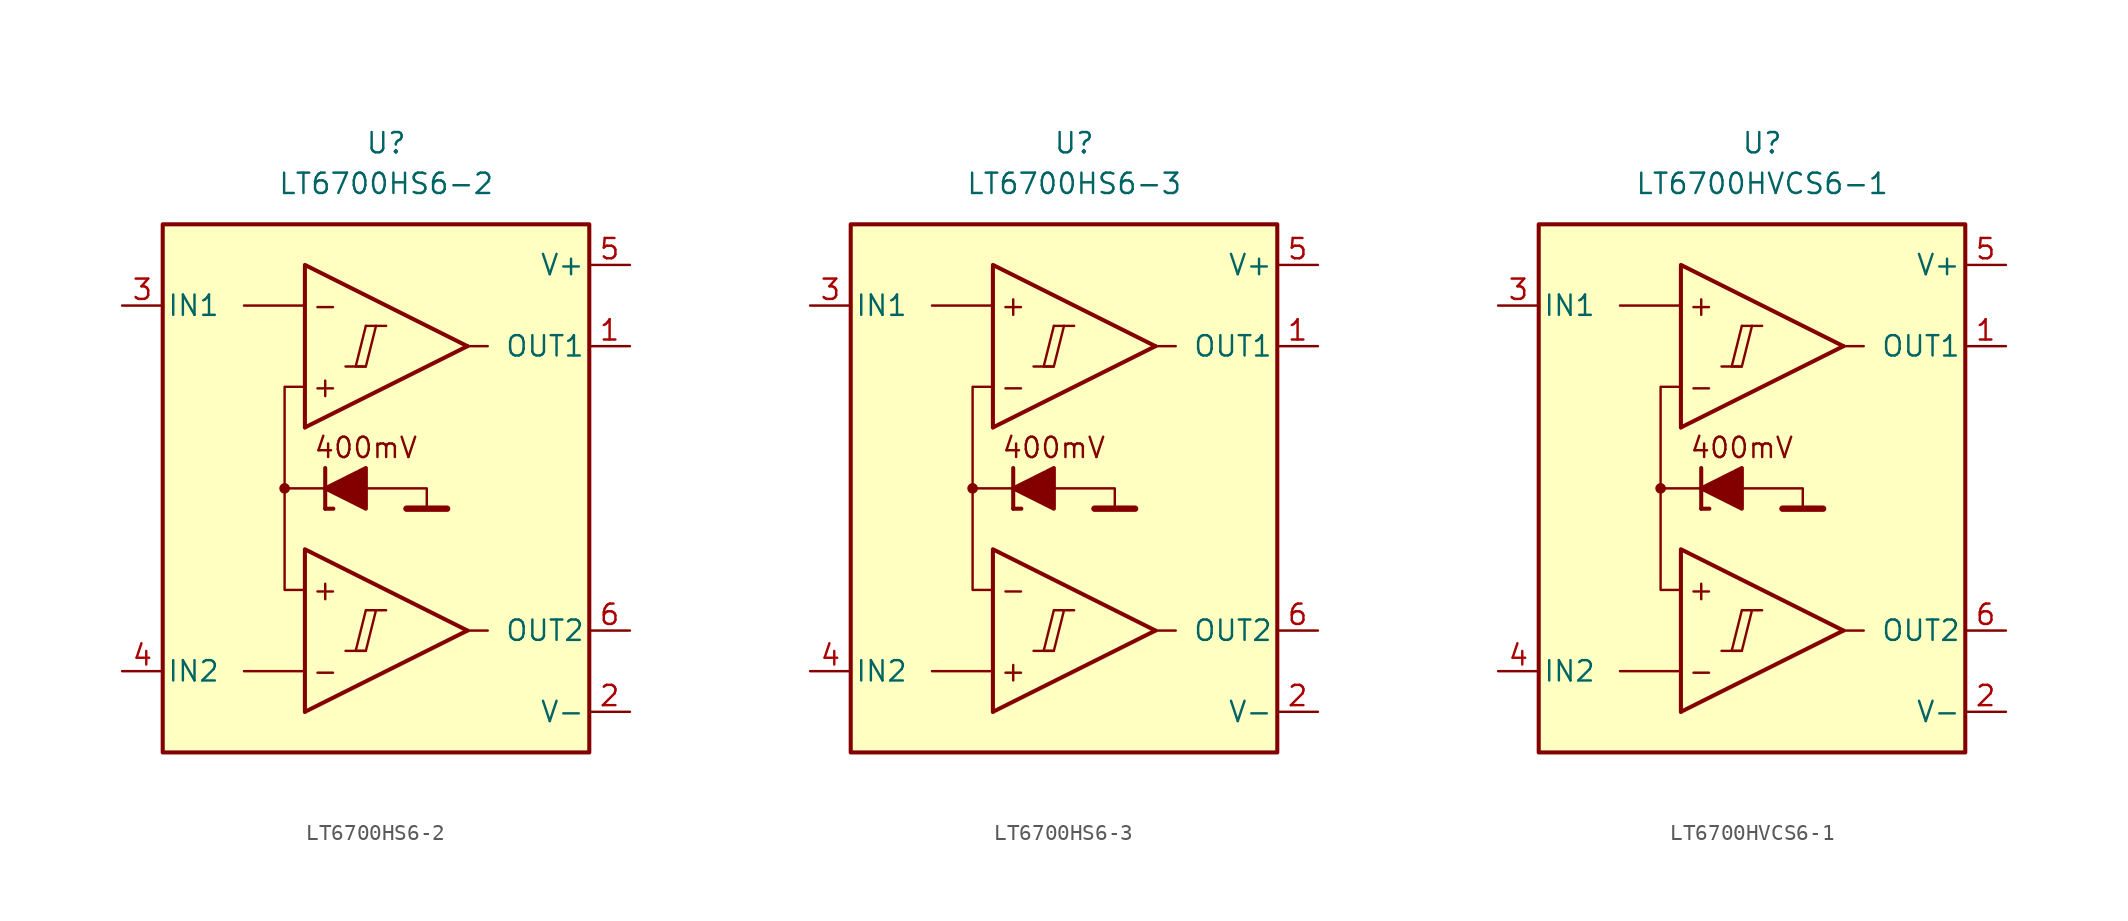
<source format=kicad_sym>
(kicad_symbol_lib
  (version 20231120)
  (generator "kicad_symbol_editor")
  (generator_version "8.0")
  (symbol "LT6700HS6-2"
    (pin_names
      (offset 0.254))
    (property "Reference" "U"
      (at 0 22.86 0)
      (effects (font (size 1.27 1.27))))
    (property "Value" "LT6700HS6-2"
      (at 0 20.32 0)
      (effects (font (size 1.27 1.27))))
    (symbol "LT6700HS6-2_0_0"
      (rectangle (start -13.97 17.78) (end 12.7 -15.24) (stroke (width 0.254) (type default)) (fill (type background)))
      (circle (center -6.35 1.27) (radius 0.254) (stroke (width 0.152) (type default)) (fill (type outline)))
      (polyline (pts (xy -2.54 -8.89) (xy -1.27 -8.89)) (stroke (width 0.152) (type default)) (fill (type none)))
      (polyline (pts (xy -2.54 8.89) (xy -1.27 8.89)) (stroke (width 0.152) (type default)) (fill (type none)))
      (polyline (pts (xy -1.27 -6.35) (xy 0 -6.35)) (stroke (width 0.152) (type default)) (fill (type none)))
      (polyline (pts (xy -1.27 11.43) (xy 0 11.43)) (stroke (width 0.152) (type default)) (fill (type none)))
      (polyline (pts (xy 5.08 -7.62) (xy -5.08 -12.7)) (stroke (width 0.254) (type default)) (fill (type none)))
      (polyline (pts (xy 5.08 10.16) (xy -5.08 5.08)) (stroke (width 0.254) (type default)) (fill (type none)))
      (polyline (pts (xy 5.08 -7.62) (xy -5.08 -2.54) (xy -5.08 -12.7)) (stroke (width 0.254) (type default)) (fill (type background)))
      (polyline (pts (xy 5.08 10.16) (xy -5.08 15.24) (xy -5.08 5.08)) (stroke (width 0.254) (type default)) (fill (type background)))
      (polyline (pts (xy -1.27 -6.35) (xy -1.905 -8.89) (xy -1.27 -8.89) (xy -0.635 -6.35)) (stroke (width 0.152) (type default)) (fill (type none)))
      (polyline (pts (xy -1.27 11.43) (xy -1.905 8.89) (xy -1.27 8.89) (xy -0.635 11.43)) (stroke (width 0.152) (type default)) (fill (type none)))
      (text "+" (at -3.81 -5.08 0) (effects (font (size 1.27 1.27))))
      (text "+" (at -3.81 7.62 0) (effects (font (size 1.27 1.27))))
      (text "-" (at -3.81 -10.16 0) (effects (font (size 1.27 1.27))))
      (text "-" (at -3.81 12.7 0) (effects (font (size 1.27 1.27)))))
    (symbol "LT6700HS6-2_0_1"
      (polyline (pts (xy -5.08 -10.16) (xy -8.89 -10.16)) (stroke (width 0) (type default)) (fill (type none)))
      (polyline (pts (xy -5.08 12.7) (xy -8.89 12.7)) (stroke (width 0) (type default)) (fill (type none)))
      (polyline (pts (xy -3.81 0) (xy -3.81 2.54)) (stroke (width 0.254) (type default)) (fill (type none)))
      (polyline (pts (xy -3.81 0) (xy -3.302 0)) (stroke (width 0.254) (type default)) (fill (type none)))
      (polyline (pts (xy -3.81 1.27) (xy -6.35 1.27)) (stroke (width 0.152) (type default)) (fill (type none)))
      (polyline (pts (xy 1.27 0) (xy 3.81 0)) (stroke (width 0.4) (type default)) (fill (type none)))
      (polyline (pts (xy 5.08 -7.62) (xy 6.35 -7.62)) (stroke (width 0) (type default)) (fill (type none)))
      (polyline (pts (xy 5.08 10.16) (xy 6.35 10.16)) (stroke (width 0) (type default)) (fill (type none)))
      (polyline (pts (xy -1.27 1.27) (xy 2.54 1.27) (xy 2.54 0)) (stroke (width 0.152) (type default)) (fill (type none)))
      (polyline (pts (xy -5.08 -5.08) (xy -6.35 -5.08) (xy -6.35 7.62) (xy -5.08 7.62)) (stroke (width 0.152) (type default)) (fill (type none)))
      (polyline (pts (xy -1.27 2.54) (xy -1.27 0) (xy -3.81 1.27) (xy -1.27 2.54)) (stroke (width 0.254) (type default)) (fill (type outline))))
    (symbol "LT6700HS6-2_1_0"
      (text "400mV" (at -1.27 3.81 0) (effects (font (size 1.27 1.27)))))
    (symbol "LT6700HS6-2_1_1"
      (pin output line (at 15.24 10.16 180) (length 2.54) (name "OUT1" (effects (font (size 1.27 1.27)))) (number "1" (effects (font (size 1.27 1.27)))))
      (pin power_in line (at 15.24 -12.7 180) (length 2.54) (name "V-" (effects (font (size 1.27 1.27)))) (number "2" (effects (font (size 1.27 1.27)))))
      (pin input line (at -16.51 12.7 0) (length 2.54) (name "IN1" (effects (font (size 1.27 1.27)))) (number "3" (effects (font (size 1.27 1.27)))))
      (pin input line (at -16.51 -10.16 0) (length 2.54) (name "IN2" (effects (font (size 1.27 1.27)))) (number "4" (effects (font (size 1.27 1.27)))))
      (pin power_in line (at 15.24 15.24 180) (length 2.54) (name "V+" (effects (font (size 1.27 1.27)))) (number "5" (effects (font (size 1.27 1.27)))))
      (pin output line (at 15.24 -7.62 180) (length 2.54) (name "OUT2" (effects (font (size 1.27 1.27)))) (number "6" (effects (font (size 1.27 1.27)))))))
  (symbol "LT6700HS6-3"
    (pin_names
      (offset 0.254))
    (property "Reference" "U"
      (at 0 22.86 0)
      (effects (font (size 1.27 1.27))))
    (property "Value" "LT6700HS6-3"
      (at 0 20.32 0)
      (effects (font (size 1.27 1.27))))
    (symbol "LT6700HS6-3_0_0"
      (rectangle (start -13.97 17.78) (end 12.7 -15.24) (stroke (width 0.254) (type default)) (fill (type background)))
      (circle (center -6.35 1.27) (radius 0.254) (stroke (width 0.152) (type default)) (fill (type outline)))
      (polyline (pts (xy -2.54 -8.89) (xy -1.27 -8.89)) (stroke (width 0.152) (type default)) (fill (type none)))
      (polyline (pts (xy -2.54 8.89) (xy -1.27 8.89)) (stroke (width 0.152) (type default)) (fill (type none)))
      (polyline (pts (xy -1.27 -6.35) (xy 0 -6.35)) (stroke (width 0.152) (type default)) (fill (type none)))
      (polyline (pts (xy -1.27 11.43) (xy 0 11.43)) (stroke (width 0.152) (type default)) (fill (type none)))
      (polyline (pts (xy 5.08 -7.62) (xy -5.08 -12.7)) (stroke (width 0.254) (type default)) (fill (type none)))
      (polyline (pts (xy 5.08 10.16) (xy -5.08 5.08)) (stroke (width 0.254) (type default)) (fill (type none)))
      (polyline (pts (xy 5.08 -7.62) (xy -5.08 -2.54) (xy -5.08 -12.7)) (stroke (width 0.254) (type default)) (fill (type background)))
      (polyline (pts (xy 5.08 10.16) (xy -5.08 15.24) (xy -5.08 5.08)) (stroke (width 0.254) (type default)) (fill (type background)))
      (polyline (pts (xy -1.27 -6.35) (xy -1.905 -8.89) (xy -1.27 -8.89) (xy -0.635 -6.35)) (stroke (width 0.152) (type default)) (fill (type none)))
      (polyline (pts (xy -1.27 11.43) (xy -1.905 8.89) (xy -1.27 8.89) (xy -0.635 11.43)) (stroke (width 0.152) (type default)) (fill (type none)))
      (text "+" (at -3.81 -10.16 0) (effects (font (size 1.27 1.27))))
      (text "+" (at -3.81 12.7 0) (effects (font (size 1.27 1.27))))
      (text "-" (at -3.81 -5.08 0) (effects (font (size 1.27 1.27))))
      (text "-" (at -3.81 7.62 0) (effects (font (size 1.27 1.27)))))
    (symbol "LT6700HS6-3_0_1"
      (polyline (pts (xy -5.08 -10.16) (xy -8.89 -10.16)) (stroke (width 0) (type default)) (fill (type none)))
      (polyline (pts (xy -5.08 12.7) (xy -8.89 12.7)) (stroke (width 0) (type default)) (fill (type none)))
      (polyline (pts (xy -3.81 0) (xy -3.81 2.54)) (stroke (width 0.254) (type default)) (fill (type none)))
      (polyline (pts (xy -3.81 0) (xy -3.302 0)) (stroke (width 0.254) (type default)) (fill (type none)))
      (polyline (pts (xy -3.81 1.27) (xy -6.35 1.27)) (stroke (width 0.152) (type default)) (fill (type none)))
      (polyline (pts (xy 1.27 0) (xy 3.81 0)) (stroke (width 0.4) (type default)) (fill (type none)))
      (polyline (pts (xy 5.08 -7.62) (xy 6.35 -7.62)) (stroke (width 0) (type default)) (fill (type none)))
      (polyline (pts (xy 5.08 10.16) (xy 6.35 10.16)) (stroke (width 0) (type default)) (fill (type none)))
      (polyline (pts (xy -1.27 1.27) (xy 2.54 1.27) (xy 2.54 0)) (stroke (width 0.152) (type default)) (fill (type none)))
      (polyline (pts (xy -5.08 -5.08) (xy -6.35 -5.08) (xy -6.35 7.62) (xy -5.08 7.62)) (stroke (width 0.152) (type default)) (fill (type none)))
      (polyline (pts (xy -1.27 2.54) (xy -1.27 0) (xy -3.81 1.27) (xy -1.27 2.54)) (stroke (width 0.254) (type default)) (fill (type outline))))
    (symbol "LT6700HS6-3_1_0"
      (text "400mV" (at -1.27 3.81 0) (effects (font (size 1.27 1.27)))))
    (symbol "LT6700HS6-3_1_1"
      (pin output line (at 15.24 10.16 180) (length 2.54) (name "OUT1" (effects (font (size 1.27 1.27)))) (number "1" (effects (font (size 1.27 1.27)))))
      (pin power_in line (at 15.24 -12.7 180) (length 2.54) (name "V-" (effects (font (size 1.27 1.27)))) (number "2" (effects (font (size 1.27 1.27)))))
      (pin input line (at -16.51 12.7 0) (length 2.54) (name "IN1" (effects (font (size 1.27 1.27)))) (number "3" (effects (font (size 1.27 1.27)))))
      (pin input line (at -16.51 -10.16 0) (length 2.54) (name "IN2" (effects (font (size 1.27 1.27)))) (number "4" (effects (font (size 1.27 1.27)))))
      (pin power_in line (at 15.24 15.24 180) (length 2.54) (name "V+" (effects (font (size 1.27 1.27)))) (number "5" (effects (font (size 1.27 1.27)))))
      (pin output line (at 15.24 -7.62 180) (length 2.54) (name "OUT2" (effects (font (size 1.27 1.27)))) (number "6" (effects (font (size 1.27 1.27)))))))
  (symbol "LT6700HVCS6-1"
    (pin_names
      (offset 0.254))
    (property "Reference" "U"
      (at 0 22.86 0)
      (effects (font (size 1.27 1.27))))
    (property "Value" "LT6700HVCS6-1"
      (at 0 20.32 0)
      (effects (font (size 1.27 1.27))))
    (symbol "LT6700HVCS6-1_0_0"
      (rectangle (start -13.97 17.78) (end 12.7 -15.24) (stroke (width 0.254) (type default)) (fill (type background)))
      (circle (center -6.35 1.27) (radius 0.254) (stroke (width 0.152) (type default)) (fill (type outline)))
      (polyline (pts (xy -2.54 -8.89) (xy -1.27 -8.89)) (stroke (width 0.152) (type default)) (fill (type none)))
      (polyline (pts (xy -2.54 8.89) (xy -1.27 8.89)) (stroke (width 0.152) (type default)) (fill (type none)))
      (polyline (pts (xy -1.27 -6.35) (xy 0 -6.35)) (stroke (width 0.152) (type default)) (fill (type none)))
      (polyline (pts (xy -1.27 11.43) (xy 0 11.43)) (stroke (width 0.152) (type default)) (fill (type none)))
      (polyline (pts (xy 5.08 -7.62) (xy -5.08 -12.7)) (stroke (width 0.254) (type default)) (fill (type none)))
      (polyline (pts (xy 5.08 10.16) (xy -5.08 5.08)) (stroke (width 0.254) (type default)) (fill (type none)))
      (polyline (pts (xy 5.08 -7.62) (xy -5.08 -2.54) (xy -5.08 -12.7)) (stroke (width 0.254) (type default)) (fill (type background)))
      (polyline (pts (xy 5.08 10.16) (xy -5.08 15.24) (xy -5.08 5.08)) (stroke (width 0.254) (type default)) (fill (type background)))
      (polyline (pts (xy -1.27 -6.35) (xy -1.905 -8.89) (xy -1.27 -8.89) (xy -0.635 -6.35)) (stroke (width 0.152) (type default)) (fill (type none)))
      (polyline (pts (xy -1.27 11.43) (xy -1.905 8.89) (xy -1.27 8.89) (xy -0.635 11.43)) (stroke (width 0.152) (type default)) (fill (type none)))
      (text "+" (at -3.81 -5.08 0) (effects (font (size 1.27 1.27))))
      (text "+" (at -3.81 12.7 0) (effects (font (size 1.27 1.27))))
      (text "-" (at -3.81 -10.16 0) (effects (font (size 1.27 1.27))))
      (text "-" (at -3.81 7.62 0) (effects (font (size 1.27 1.27)))))
    (symbol "LT6700HVCS6-1_0_1"
      (polyline (pts (xy -5.08 -10.16) (xy -8.89 -10.16)) (stroke (width 0) (type default)) (fill (type none)))
      (polyline (pts (xy -5.08 12.7) (xy -8.89 12.7)) (stroke (width 0) (type default)) (fill (type none)))
      (polyline (pts (xy -3.81 0) (xy -3.81 2.54)) (stroke (width 0.254) (type default)) (fill (type none)))
      (polyline (pts (xy -3.81 0) (xy -3.302 0)) (stroke (width 0.254) (type default)) (fill (type none)))
      (polyline (pts (xy -3.81 1.27) (xy -6.35 1.27)) (stroke (width 0.152) (type default)) (fill (type none)))
      (polyline (pts (xy 1.27 0) (xy 3.81 0)) (stroke (width 0.4) (type default)) (fill (type none)))
      (polyline (pts (xy 5.08 -7.62) (xy 6.35 -7.62)) (stroke (width 0) (type default)) (fill (type none)))
      (polyline (pts (xy 5.08 10.16) (xy 6.35 10.16)) (stroke (width 0) (type default)) (fill (type none)))
      (polyline (pts (xy -1.27 1.27) (xy 2.54 1.27) (xy 2.54 0)) (stroke (width 0.152) (type default)) (fill (type none)))
      (polyline (pts (xy -5.08 -5.08) (xy -6.35 -5.08) (xy -6.35 7.62) (xy -5.08 7.62)) (stroke (width 0.152) (type default)) (fill (type none)))
      (polyline (pts (xy -1.27 2.54) (xy -1.27 0) (xy -3.81 1.27) (xy -1.27 2.54)) (stroke (width 0.254) (type default)) (fill (type outline))))
    (symbol "LT6700HVCS6-1_1_0"
      (text "400mV" (at -1.27 3.81 0) (effects (font (size 1.27 1.27)))))
    (symbol "LT6700HVCS6-1_1_1"
      (pin output line (at 15.24 10.16 180) (length 2.54) (name "OUT1" (effects (font (size 1.27 1.27)))) (number "1" (effects (font (size 1.27 1.27)))))
      (pin power_in line (at 15.24 -12.7 180) (length 2.54) (name "V-" (effects (font (size 1.27 1.27)))) (number "2" (effects (font (size 1.27 1.27)))))
      (pin input line (at -16.51 12.7 0) (length 2.54) (name "IN1" (effects (font (size 1.27 1.27)))) (number "3" (effects (font (size 1.27 1.27)))))
      (pin input line (at -16.51 -10.16 0) (length 2.54) (name "IN2" (effects (font (size 1.27 1.27)))) (number "4" (effects (font (size 1.27 1.27)))))
      (pin power_in line (at 15.24 15.24 180) (length 2.54) (name "V+" (effects (font (size 1.27 1.27)))) (number "5" (effects (font (size 1.27 1.27)))))
      (pin output line (at 15.24 -7.62 180) (length 2.54) (name "OUT2" (effects (font (size 1.27 1.27)))) (number "6" (effects (font (size 1.27 1.27))))))))
</source>
